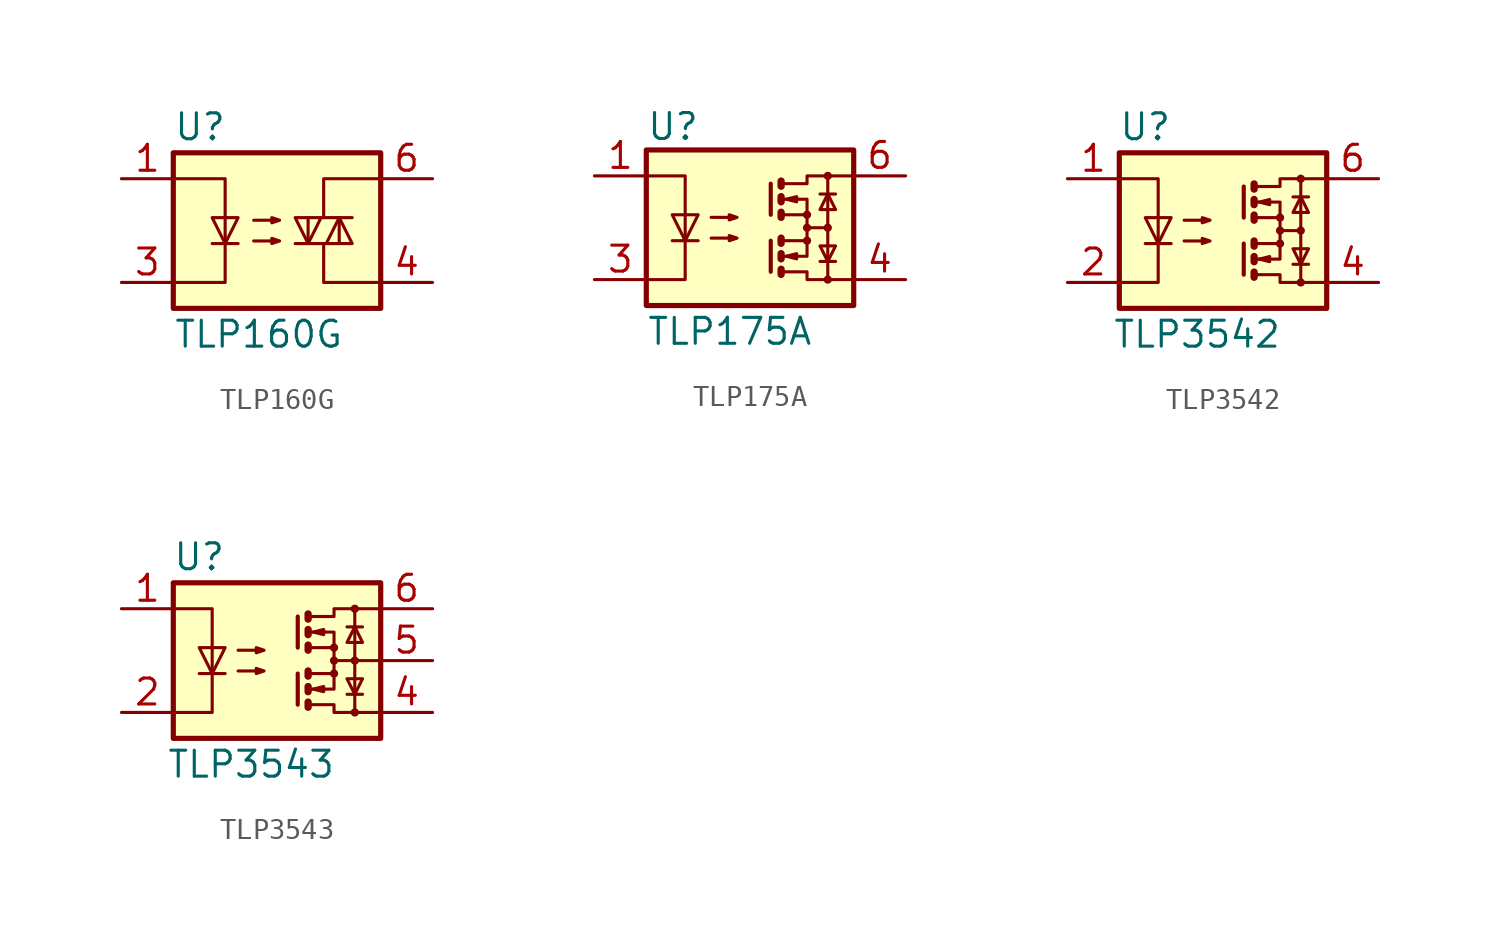
<source format=kicad_sym>
(kicad_symbol_lib
  (version 20201005)
  (generator kicad_symbol_editor)
  (symbol "TLP160G"
    (property "Reference" "U"
      (at -5.08 5.08 0)
      (effects (font (size 1.27 1.27)) (justify left)))
    (property "Value" "TLP160G"
      (at -5.08 -5.08 0)
      (effects (font (size 1.27 1.27)) (justify left)))
    (symbol "TLP160G_0_1"
      (rectangle (start -5.08 3.81) (end 5.08 -3.81) (stroke (width 0.254)) (fill (type background)))
      (polyline (pts (xy -3.175 -0.635) (xy -1.905 -0.635)) (stroke (width 0)) (fill (type none)))
      (polyline (pts (xy 1.524 -0.635) (xy 1.524 0.635)) (stroke (width 0)) (fill (type none)))
      (polyline (pts (xy 3.048 0.635) (xy 3.048 -0.635)) (stroke (width 0)) (fill (type none)))
      (polyline (pts (xy 2.286 -0.635) (xy 2.286 -2.54) (xy 5.08 -2.54)) (stroke (width 0)) (fill (type none)))
      (polyline (pts (xy 2.286 0.635) (xy 2.286 2.54) (xy 5.08 2.54)) (stroke (width 0)) (fill (type none)))
      (polyline (pts (xy -5.08 2.54) (xy -2.54 2.54) (xy -2.54 -2.54) (xy -5.08 -2.54)) (stroke (width 0)) (fill (type none)))
      (polyline (pts (xy -2.54 -0.635) (xy -3.175 0.635) (xy -1.905 0.635) (xy -2.54 -0.635)) (stroke (width 0)) (fill (type none)))
      (polyline (pts (xy 0.889 -0.635) (xy 3.683 -0.635) (xy 3.048 0.635) (xy 2.413 -0.635)) (stroke (width 0)) (fill (type none)))
      (polyline (pts (xy 3.683 0.635) (xy 0.889 0.635) (xy 1.524 -0.635) (xy 2.159 0.635)) (stroke (width 0)) (fill (type none)))
      (polyline (pts (xy -1.143 -0.508) (xy 0.127 -0.508) (xy -0.254 -0.635) (xy -0.254 -0.381) (xy 0.127 -0.508)) (stroke (width 0)) (fill (type none)))
      (polyline (pts (xy -1.143 0.508) (xy 0.127 0.508) (xy -0.254 0.381) (xy -0.254 0.635) (xy 0.127 0.508)) (stroke (width 0)) (fill (type none))))
    (symbol "TLP160G_1_1"
      (pin passive line (at -7.62 2.54 0) (length 2.54) (name "~" (effects (font (size 1.27 1.27)))) (number "1" (effects (font (size 1.27 1.27)))))
      (pin passive line (at -7.62 -2.54 0) (length 2.54) (name "~" (effects (font (size 1.27 1.27)))) (number "3" (effects (font (size 1.27 1.27)))))
      (pin passive line (at 7.62 -2.54 180) (length 2.54) (name "~" (effects (font (size 1.27 1.27)))) (number "4" (effects (font (size 1.27 1.27)))))
      (pin passive line (at 7.62 2.54 180) (length 2.54) (name "~" (effects (font (size 1.27 1.27)))) (number "6" (effects (font (size 1.27 1.27)))))))
  (symbol "TLP175A"
    (property "Reference" "U"
      (at -5.08 4.953 0)
      (effects (font (size 1.27 1.27)) (justify left)))
    (property "Value" "TLP175A"
      (at -5.08 -5.08 0)
      (effects (font (size 1.27 1.27)) (justify left)))
    (symbol "TLP175A_0_1"
      (circle (center 2.794 -0.635) (radius 0.127) (stroke (width 0)) (fill (type none)))
      (circle (center 2.794 0) (radius 0.127) (stroke (width 0)) (fill (type none)))
      (circle (center 2.794 0.635) (radius 0.127) (stroke (width 0)) (fill (type none)))
      (circle (center 3.81 -2.54) (radius 0.127) (stroke (width 0)) (fill (type none)))
      (circle (center 3.81 0) (radius 0.127) (stroke (width 0)) (fill (type none)))
      (circle (center 3.81 2.54) (radius 0.127) (stroke (width 0)) (fill (type none)))
      (rectangle (start -5.08 3.81) (end 5.08 -3.81) (stroke (width 0.254)) (fill (type background)))
      (polyline (pts (xy -3.81 -0.635) (xy -2.54 -0.635)) (stroke (width 0)) (fill (type none)))
      (polyline (pts (xy 1.016 -0.635) (xy 1.016 -2.159)) (stroke (width 0.203)) (fill (type none)))
      (polyline (pts (xy 1.016 2.159) (xy 1.016 0.635)) (stroke (width 0.203)) (fill (type none)))
      (polyline (pts (xy 1.524 -0.508) (xy 1.524 -0.762)) (stroke (width 0.356)) (fill (type none)))
      (polyline (pts (xy 2.794 0) (xy 3.81 0)) (stroke (width 0)) (fill (type none)))
      (polyline (pts (xy 3.429 -1.651) (xy 4.191 -1.651)) (stroke (width 0)) (fill (type none)))
      (polyline (pts (xy 3.429 1.651) (xy 4.191 1.651)) (stroke (width 0)) (fill (type none)))
      (polyline (pts (xy 3.81 -2.54) (xy 3.81 2.54)) (stroke (width 0)) (fill (type none)))
      (polyline (pts (xy 1.524 -2.032) (xy 1.524 -2.286) (xy 1.524 -2.286)) (stroke (width 0.356)) (fill (type none)))
      (polyline (pts (xy 1.524 -1.27) (xy 1.524 -1.524) (xy 1.524 -1.524)) (stroke (width 0.356)) (fill (type none)))
      (polyline (pts (xy 1.524 0.762) (xy 1.524 0.508) (xy 1.524 0.508)) (stroke (width 0.356)) (fill (type none)))
      (polyline (pts (xy 1.524 1.524) (xy 1.524 1.27) (xy 1.524 1.27)) (stroke (width 0.356)) (fill (type none)))
      (polyline (pts (xy 1.524 2.286) (xy 1.524 2.032) (xy 1.524 2.032)) (stroke (width 0.356)) (fill (type none)))
      (polyline (pts (xy 1.651 -1.397) (xy 2.794 -1.397) (xy 2.794 -0.635)) (stroke (width 0)) (fill (type none)))
      (polyline (pts (xy 1.651 1.397) (xy 2.794 1.397) (xy 2.794 0.635)) (stroke (width 0)) (fill (type none)))
      (polyline (pts (xy -5.08 2.54) (xy -3.175 2.54) (xy -3.175 -2.54) (xy -5.08 -2.54)) (stroke (width 0)) (fill (type none)))
      (polyline (pts (xy -3.175 -0.635) (xy -3.81 0.635) (xy -2.54 0.635) (xy -3.175 -0.635)) (stroke (width 0)) (fill (type none)))
      (polyline (pts (xy 1.651 -2.159) (xy 2.794 -2.159) (xy 2.794 -2.54) (xy 5.08 -2.54)) (stroke (width 0)) (fill (type none)))
      (polyline (pts (xy 1.651 -0.635) (xy 2.794 -0.635) (xy 2.794 0.635) (xy 1.651 0.635)) (stroke (width 0)) (fill (type none)))
      (polyline (pts (xy 1.651 2.159) (xy 2.794 2.159) (xy 2.794 2.54) (xy 5.08 2.54)) (stroke (width 0)) (fill (type none)))
      (polyline (pts (xy 1.778 -1.397) (xy 2.286 -1.27) (xy 2.286 -1.524) (xy 1.778 -1.397)) (stroke (width 0)) (fill (type none)))
      (polyline (pts (xy 1.778 1.397) (xy 2.286 1.524) (xy 2.286 1.27) (xy 1.778 1.397)) (stroke (width 0)) (fill (type none)))
      (polyline (pts (xy 3.81 -1.651) (xy 3.429 -0.889) (xy 4.191 -0.889) (xy 3.81 -1.651)) (stroke (width 0)) (fill (type none)))
      (polyline (pts (xy 3.81 1.651) (xy 3.429 0.889) (xy 4.191 0.889) (xy 3.81 1.651)) (stroke (width 0)) (fill (type none)))
      (polyline (pts (xy -1.905 -0.508) (xy -0.635 -0.508) (xy -1.016 -0.635) (xy -1.016 -0.381) (xy -0.635 -0.508)) (stroke (width 0)) (fill (type none)))
      (polyline (pts (xy -1.905 0.508) (xy -0.635 0.508) (xy -1.016 0.381) (xy -1.016 0.635) (xy -0.635 0.508)) (stroke (width 0)) (fill (type none))))
    (symbol "TLP175A_1_1"
      (pin passive line (at -7.62 2.54 0) (length 2.54) (name "~" (effects (font (size 1.27 1.27)))) (number "1" (effects (font (size 1.27 1.27)))))
      (pin passive line (at -7.62 -2.54 0) (length 2.54) (name "~" (effects (font (size 1.27 1.27)))) (number "3" (effects (font (size 1.27 1.27)))))
      (pin passive line (at 7.62 -2.54 180) (length 2.54) (name "~" (effects (font (size 1.27 1.27)))) (number "4" (effects (font (size 1.27 1.27)))))
      (pin passive line (at 7.62 2.54 180) (length 2.54) (name "~" (effects (font (size 1.27 1.27)))) (number "6" (effects (font (size 1.27 1.27)))))))
  (symbol "TLP3542"
    (property "Reference" "U"
      (at -3.81 5.08 0)
      (effects (font (size 1.27 1.27))))
    (property "Value" "TLP3542"
      (at -1.27 -5.08 0)
      (effects (font (size 1.27 1.27))))
    (symbol "TLP3542_0_1"
      (circle (center 2.794 -0.635) (radius 0.127) (stroke (width 0)) (fill (type none)))
      (circle (center 2.794 0) (radius 0.127) (stroke (width 0)) (fill (type none)))
      (circle (center 2.794 0.635) (radius 0.127) (stroke (width 0)) (fill (type none)))
      (circle (center 3.81 -2.54) (radius 0.127) (stroke (width 0)) (fill (type none)))
      (circle (center 3.81 0) (radius 0.127) (stroke (width 0)) (fill (type none)))
      (circle (center 3.81 2.54) (radius 0.127) (stroke (width 0)) (fill (type none)))
      (rectangle (start -5.08 3.81) (end 5.08 -3.81) (stroke (width 0.254)) (fill (type background)))
      (polyline (pts (xy -3.81 -0.635) (xy -2.54 -0.635)) (stroke (width 0)) (fill (type none)))
      (polyline (pts (xy 1.016 -0.635) (xy 1.016 -2.159)) (stroke (width 0.203)) (fill (type none)))
      (polyline (pts (xy 1.016 2.159) (xy 1.016 0.635)) (stroke (width 0.203)) (fill (type none)))
      (polyline (pts (xy 1.524 -0.508) (xy 1.524 -0.762)) (stroke (width 0.356)) (fill (type none)))
      (polyline (pts (xy 2.794 0) (xy 3.81 0)) (stroke (width 0)) (fill (type none)))
      (polyline (pts (xy 3.429 -1.651) (xy 4.191 -1.651)) (stroke (width 0)) (fill (type none)))
      (polyline (pts (xy 3.429 1.651) (xy 4.191 1.651)) (stroke (width 0)) (fill (type none)))
      (polyline (pts (xy 3.81 -2.54) (xy 3.81 2.54)) (stroke (width 0)) (fill (type none)))
      (polyline (pts (xy 1.524 -2.032) (xy 1.524 -2.286) (xy 1.524 -2.286)) (stroke (width 0.356)) (fill (type none)))
      (polyline (pts (xy 1.524 -1.27) (xy 1.524 -1.524) (xy 1.524 -1.524)) (stroke (width 0.356)) (fill (type none)))
      (polyline (pts (xy 1.524 0.762) (xy 1.524 0.508) (xy 1.524 0.508)) (stroke (width 0.356)) (fill (type none)))
      (polyline (pts (xy 1.524 1.524) (xy 1.524 1.27) (xy 1.524 1.27)) (stroke (width 0.356)) (fill (type none)))
      (polyline (pts (xy 1.524 2.286) (xy 1.524 2.032) (xy 1.524 2.032)) (stroke (width 0.356)) (fill (type none)))
      (polyline (pts (xy 1.651 -1.397) (xy 2.794 -1.397) (xy 2.794 -0.635)) (stroke (width 0)) (fill (type none)))
      (polyline (pts (xy 1.651 1.397) (xy 2.794 1.397) (xy 2.794 0.635)) (stroke (width 0)) (fill (type none)))
      (polyline (pts (xy -5.08 2.54) (xy -3.175 2.54) (xy -3.175 -2.54) (xy -5.08 -2.54)) (stroke (width 0)) (fill (type none)))
      (polyline (pts (xy -3.175 -0.635) (xy -3.81 0.635) (xy -2.54 0.635) (xy -3.175 -0.635)) (stroke (width 0)) (fill (type none)))
      (polyline (pts (xy 1.651 -2.159) (xy 2.794 -2.159) (xy 2.794 -2.54) (xy 5.08 -2.54)) (stroke (width 0)) (fill (type none)))
      (polyline (pts (xy 1.651 -0.635) (xy 2.794 -0.635) (xy 2.794 0.635) (xy 1.651 0.635)) (stroke (width 0)) (fill (type none)))
      (polyline (pts (xy 1.651 2.159) (xy 2.794 2.159) (xy 2.794 2.54) (xy 5.08 2.54)) (stroke (width 0)) (fill (type none)))
      (polyline (pts (xy 1.778 -1.397) (xy 2.286 -1.27) (xy 2.286 -1.524) (xy 1.778 -1.397)) (stroke (width 0)) (fill (type none)))
      (polyline (pts (xy 1.778 1.397) (xy 2.286 1.524) (xy 2.286 1.27) (xy 1.778 1.397)) (stroke (width 0)) (fill (type none)))
      (polyline (pts (xy 3.81 -1.651) (xy 3.429 -0.889) (xy 4.191 -0.889) (xy 3.81 -1.651)) (stroke (width 0)) (fill (type none)))
      (polyline (pts (xy 3.81 1.651) (xy 3.429 0.889) (xy 4.191 0.889) (xy 3.81 1.651)) (stroke (width 0)) (fill (type none)))
      (polyline (pts (xy -1.905 -0.508) (xy -0.635 -0.508) (xy -1.016 -0.635) (xy -1.016 -0.381) (xy -0.635 -0.508)) (stroke (width 0)) (fill (type none)))
      (polyline (pts (xy -1.905 0.508) (xy -0.635 0.508) (xy -1.016 0.381) (xy -1.016 0.635) (xy -0.635 0.508)) (stroke (width 0)) (fill (type none))))
    (symbol "TLP3542_1_1"
      (pin passive line (at -7.62 2.54 0) (length 2.54) (name "~" (effects (font (size 1.27 1.27)))) (number "1" (effects (font (size 1.27 1.27)))))
      (pin passive line (at -7.62 -2.54 0) (length 2.54) (name "~" (effects (font (size 1.27 1.27)))) (number "2" (effects (font (size 1.27 1.27)))))
      (pin no_connect line (at -5.08 0 0) (length 2.54) hide (name "~" (effects (font (size 1.27 1.27)))) (number "3" (effects (font (size 1.27 1.27)))))
      (pin passive line (at 7.62 -2.54 180) (length 2.54) (name "~" (effects (font (size 1.27 1.27)))) (number "4" (effects (font (size 1.27 1.27)))))
      (pin passive line (at 7.62 2.54 180) (length 2.54) (name "~" (effects (font (size 1.27 1.27)))) (number "6" (effects (font (size 1.27 1.27)))))))
  (symbol "TLP3543"
    (property "Reference" "U"
      (at -3.81 5.08 0)
      (effects (font (size 1.27 1.27))))
    (property "Value" "TLP3543"
      (at -1.27 -5.08 0)
      (effects (font (size 1.27 1.27))))
    (symbol "TLP3543_0_1"
      (circle (center 2.794 -0.635) (radius 0.127) (stroke (width 0)) (fill (type none)))
      (circle (center 2.794 0) (radius 0.127) (stroke (width 0)) (fill (type none)))
      (circle (center 2.794 0.635) (radius 0.127) (stroke (width 0)) (fill (type none)))
      (circle (center 3.81 -2.54) (radius 0.127) (stroke (width 0)) (fill (type none)))
      (circle (center 3.81 0) (radius 0.127) (stroke (width 0)) (fill (type none)))
      (circle (center 3.81 2.54) (radius 0.127) (stroke (width 0)) (fill (type none)))
      (rectangle (start -5.08 3.81) (end 5.08 -3.81) (stroke (width 0.254)) (fill (type background)))
      (polyline (pts (xy -3.81 -0.635) (xy -2.54 -0.635)) (stroke (width 0)) (fill (type none)))
      (polyline (pts (xy 1.016 -0.635) (xy 1.016 -2.159)) (stroke (width 0.203)) (fill (type none)))
      (polyline (pts (xy 1.016 2.159) (xy 1.016 0.635)) (stroke (width 0.203)) (fill (type none)))
      (polyline (pts (xy 1.524 -0.508) (xy 1.524 -0.762)) (stroke (width 0.356)) (fill (type none)))
      (polyline (pts (xy 2.794 0) (xy 5.08 0)) (stroke (width 0)) (fill (type none)))
      (polyline (pts (xy 3.429 -1.651) (xy 4.191 -1.651)) (stroke (width 0)) (fill (type none)))
      (polyline (pts (xy 3.429 1.651) (xy 4.191 1.651)) (stroke (width 0)) (fill (type none)))
      (polyline (pts (xy 3.81 -2.54) (xy 3.81 2.54)) (stroke (width 0)) (fill (type none)))
      (polyline (pts (xy 1.524 -2.032) (xy 1.524 -2.286) (xy 1.524 -2.286)) (stroke (width 0.356)) (fill (type none)))
      (polyline (pts (xy 1.524 -1.27) (xy 1.524 -1.524) (xy 1.524 -1.524)) (stroke (width 0.356)) (fill (type none)))
      (polyline (pts (xy 1.524 0.762) (xy 1.524 0.508) (xy 1.524 0.508)) (stroke (width 0.356)) (fill (type none)))
      (polyline (pts (xy 1.524 1.524) (xy 1.524 1.27) (xy 1.524 1.27)) (stroke (width 0.356)) (fill (type none)))
      (polyline (pts (xy 1.524 2.286) (xy 1.524 2.032) (xy 1.524 2.032)) (stroke (width 0.356)) (fill (type none)))
      (polyline (pts (xy 1.651 -1.397) (xy 2.794 -1.397) (xy 2.794 -0.635)) (stroke (width 0)) (fill (type none)))
      (polyline (pts (xy 1.651 1.397) (xy 2.794 1.397) (xy 2.794 0.635)) (stroke (width 0)) (fill (type none)))
      (polyline (pts (xy -5.08 2.54) (xy -3.175 2.54) (xy -3.175 -2.54) (xy -5.08 -2.54)) (stroke (width 0)) (fill (type none)))
      (polyline (pts (xy -3.175 -0.635) (xy -3.81 0.635) (xy -2.54 0.635) (xy -3.175 -0.635)) (stroke (width 0)) (fill (type none)))
      (polyline (pts (xy 1.651 -2.159) (xy 2.794 -2.159) (xy 2.794 -2.54) (xy 5.08 -2.54)) (stroke (width 0)) (fill (type none)))
      (polyline (pts (xy 1.651 -0.635) (xy 2.794 -0.635) (xy 2.794 0.635) (xy 1.651 0.635)) (stroke (width 0)) (fill (type none)))
      (polyline (pts (xy 1.651 2.159) (xy 2.794 2.159) (xy 2.794 2.54) (xy 5.08 2.54)) (stroke (width 0)) (fill (type none)))
      (polyline (pts (xy 1.778 -1.397) (xy 2.286 -1.27) (xy 2.286 -1.524) (xy 1.778 -1.397)) (stroke (width 0)) (fill (type none)))
      (polyline (pts (xy 1.778 1.397) (xy 2.286 1.524) (xy 2.286 1.27) (xy 1.778 1.397)) (stroke (width 0)) (fill (type none)))
      (polyline (pts (xy 3.81 -1.651) (xy 3.429 -0.889) (xy 4.191 -0.889) (xy 3.81 -1.651)) (stroke (width 0)) (fill (type none)))
      (polyline (pts (xy 3.81 1.651) (xy 3.429 0.889) (xy 4.191 0.889) (xy 3.81 1.651)) (stroke (width 0)) (fill (type none)))
      (polyline (pts (xy -1.905 -0.508) (xy -0.635 -0.508) (xy -1.016 -0.635) (xy -1.016 -0.381) (xy -0.635 -0.508)) (stroke (width 0)) (fill (type none)))
      (polyline (pts (xy -1.905 0.508) (xy -0.635 0.508) (xy -1.016 0.381) (xy -1.016 0.635) (xy -0.635 0.508)) (stroke (width 0)) (fill (type none))))
    (symbol "TLP3543_1_1"
      (pin passive line (at -7.62 2.54 0) (length 2.54) (name "~" (effects (font (size 1.27 1.27)))) (number "1" (effects (font (size 1.27 1.27)))))
      (pin passive line (at -7.62 -2.54 0) (length 2.54) (name "~" (effects (font (size 1.27 1.27)))) (number "2" (effects (font (size 1.27 1.27)))))
      (pin no_connect line (at -5.08 0 0) (length 2.54) hide (name "~" (effects (font (size 1.27 1.27)))) (number "3" (effects (font (size 1.27 1.27)))))
      (pin passive line (at 7.62 -2.54 180) (length 2.54) (name "~" (effects (font (size 1.27 1.27)))) (number "4" (effects (font (size 1.27 1.27)))))
      (pin passive line (at 7.62 0 180) (length 2.54) (name "~" (effects (font (size 1.27 1.27)))) (number "5" (effects (font (size 1.27 1.27)))))
      (pin passive line (at 7.62 2.54 180) (length 2.54) (name "~" (effects (font (size 1.27 1.27)))) (number "6" (effects (font (size 1.27 1.27))))))))
</source>
